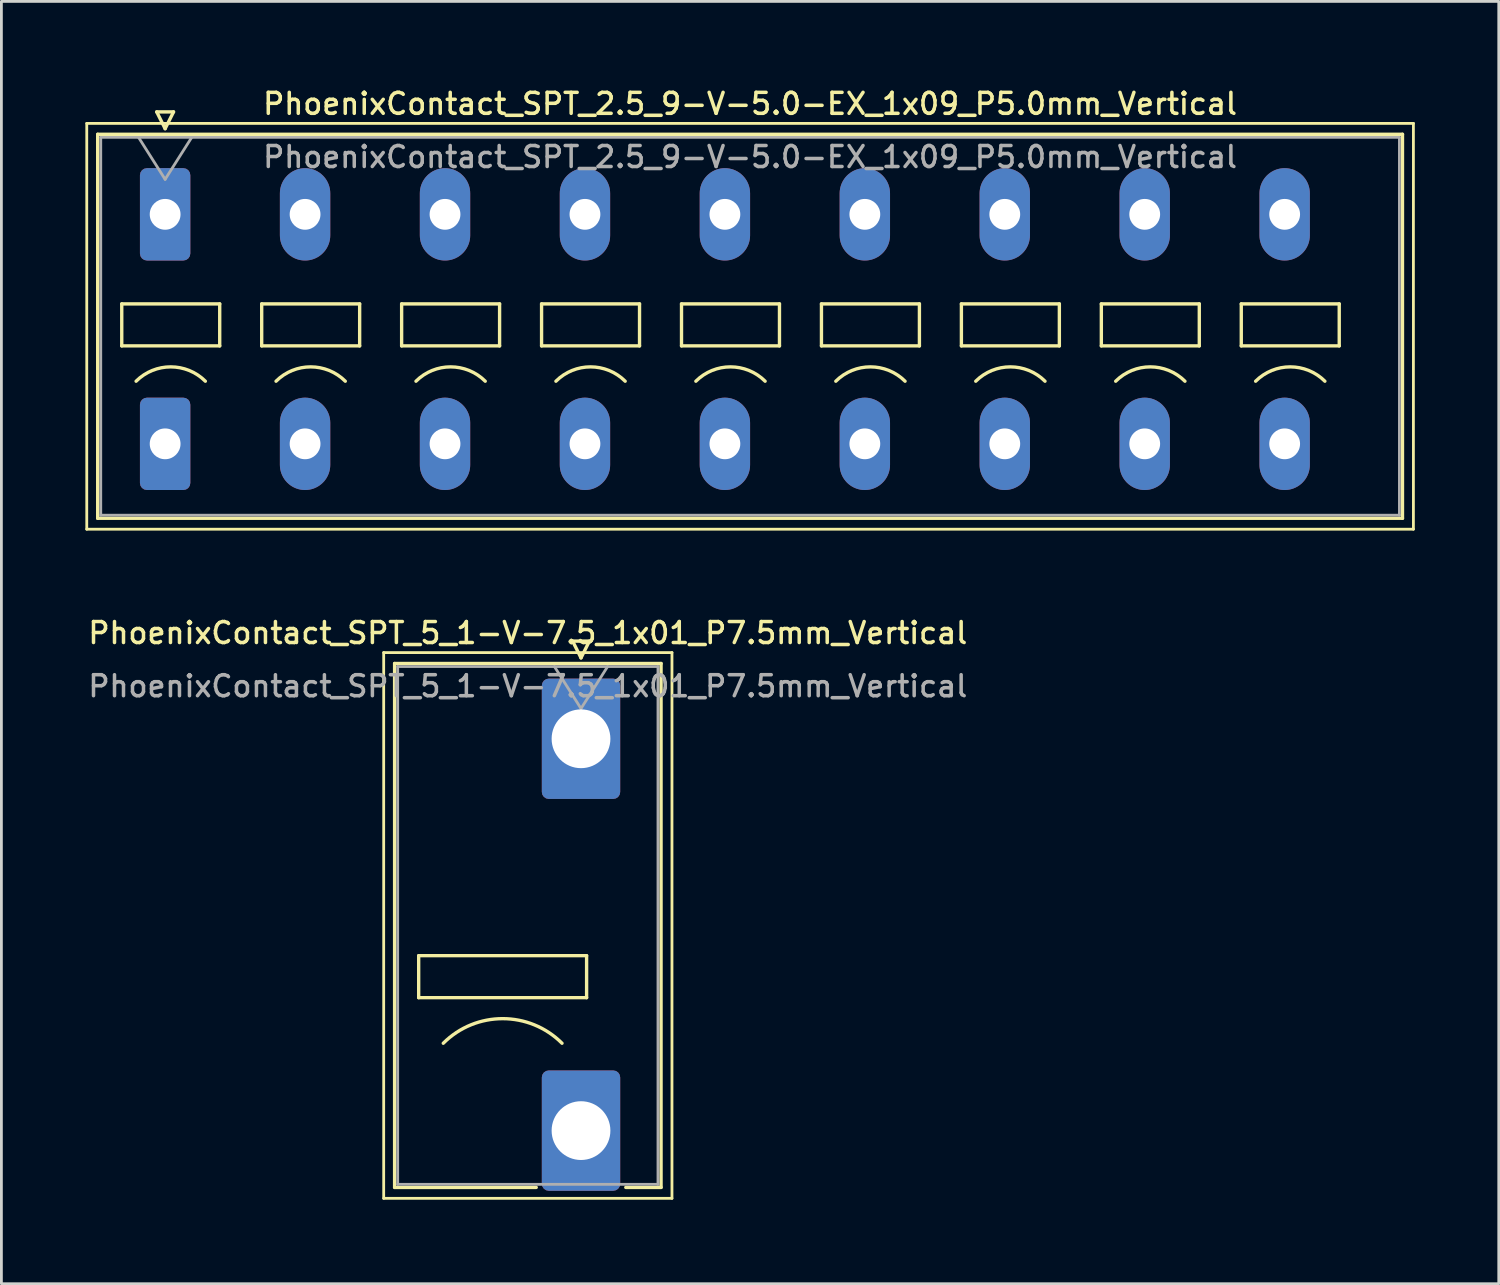
<source format=kicad_pcb>
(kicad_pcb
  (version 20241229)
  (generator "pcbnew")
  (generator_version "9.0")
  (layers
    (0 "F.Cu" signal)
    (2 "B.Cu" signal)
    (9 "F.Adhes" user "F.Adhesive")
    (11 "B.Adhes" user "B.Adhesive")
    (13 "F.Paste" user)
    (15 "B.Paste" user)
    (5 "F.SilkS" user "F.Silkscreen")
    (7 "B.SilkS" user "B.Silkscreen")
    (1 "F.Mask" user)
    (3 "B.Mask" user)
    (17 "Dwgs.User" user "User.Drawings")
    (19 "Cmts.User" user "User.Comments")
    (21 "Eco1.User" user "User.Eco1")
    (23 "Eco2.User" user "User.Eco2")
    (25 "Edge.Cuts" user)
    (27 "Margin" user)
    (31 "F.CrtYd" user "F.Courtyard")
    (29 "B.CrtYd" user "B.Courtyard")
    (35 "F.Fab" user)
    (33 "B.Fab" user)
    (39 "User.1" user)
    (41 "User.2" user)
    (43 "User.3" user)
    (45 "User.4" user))
  (footprint "PhoenixContact_SPT_2.5_9-V-5.0-EX_1x09_P5.0mm_Vertical"
    (layer "F.Cu")
    (at 2.85 4.608)
    (property "Reference" "PhoenixContact_SPT_2.5_9-V-5.0-EX_1x09_P5.0mm_Vertical" (at 20.9 -3.95 0) (layer "F.SilkS") (effects (font (size 0.75 0.75) (thickness 0.125))))
    (attr through_hole)
    (fp_line (start -2.8 -3.25) (end -2.8 11.25) (stroke (width 0.1) (type solid)) (layer "F.SilkS"))
    (fp_line (start -2.8 11.25) (end 44.6 11.25) (stroke (width 0.1) (type solid)) (layer "F.SilkS"))
    (fp_line (start -2.41 -2.86) (end 44.21 -2.86) (stroke (width 0.12) (type solid)) (layer "F.SilkS"))
    (fp_line (start -2.41 10.86) (end -2.41 -2.86) (stroke (width 0.12) (type solid)) (layer "F.SilkS"))
    (fp_line (start -1.55 3.2) (end -1.55 4.7) (stroke (width 0.12) (type solid)) (layer "F.SilkS"))
    (fp_line (start -1.55 4.7) (end 1.95 4.7) (stroke (width 0.12) (type solid)) (layer "F.SilkS"))
    (fp_line (start -0.3 -3.66) (end 0 -3.06) (stroke (width 0.12) (type solid)) (layer "F.SilkS"))
    (fp_line (start -0.3 -3.66) (end 0.3 -3.66) (stroke (width 0.12) (type solid)) (layer "F.SilkS"))
    (fp_line (start 0.3 -3.66) (end 0 -3.06) (stroke (width 0.12) (type solid)) (layer "F.SilkS"))
    (fp_line (start 1.95 3.2) (end -1.55 3.2) (stroke (width 0.12) (type solid)) (layer "F.SilkS"))
    (fp_line (start 1.95 4.7) (end 1.95 3.2) (stroke (width 0.12) (type solid)) (layer "F.SilkS"))
    (fp_line (start 3.45 3.2) (end 3.45 4.7) (stroke (width 0.12) (type solid)) (layer "F.SilkS"))
    (fp_line (start 3.45 4.7) (end 6.95 4.7) (stroke (width 0.12) (type solid)) (layer "F.SilkS"))
    (fp_line (start 6.95 3.2) (end 3.45 3.2) (stroke (width 0.12) (type solid)) (layer "F.SilkS"))
    (fp_line (start 6.95 4.7) (end 6.95 3.2) (stroke (width 0.12) (type solid)) (layer "F.SilkS"))
    (fp_line (start 8.45 3.2) (end 8.45 4.7) (stroke (width 0.12) (type solid)) (layer "F.SilkS"))
    (fp_line (start 8.45 4.7) (end 11.95 4.7) (stroke (width 0.12) (type solid)) (layer "F.SilkS"))
    (fp_line (start 11.95 3.2) (end 8.45 3.2) (stroke (width 0.12) (type solid)) (layer "F.SilkS"))
    (fp_line (start 11.95 4.7) (end 11.95 3.2) (stroke (width 0.12) (type solid)) (layer "F.SilkS"))
    (fp_line (start 13.45 3.2) (end 13.45 4.7) (stroke (width 0.12) (type solid)) (layer "F.SilkS"))
    (fp_line (start 13.45 4.7) (end 16.95 4.7) (stroke (width 0.12) (type solid)) (layer "F.SilkS"))
    (fp_line (start 16.95 3.2) (end 13.45 3.2) (stroke (width 0.12) (type solid)) (layer "F.SilkS"))
    (fp_line (start 16.95 4.7) (end 16.95 3.2) (stroke (width 0.12) (type solid)) (layer "F.SilkS"))
    (fp_line (start 18.45 3.2) (end 18.45 4.7) (stroke (width 0.12) (type solid)) (layer "F.SilkS"))
    (fp_line (start 18.45 4.7) (end 21.95 4.7) (stroke (width 0.12) (type solid)) (layer "F.SilkS"))
    (fp_line (start 21.95 3.2) (end 18.45 3.2) (stroke (width 0.12) (type solid)) (layer "F.SilkS"))
    (fp_line (start 21.95 4.7) (end 21.95 3.2) (stroke (width 0.12) (type solid)) (layer "F.SilkS"))
    (fp_line (start 23.45 3.2) (end 23.45 4.7) (stroke (width 0.12) (type solid)) (layer "F.SilkS"))
    (fp_line (start 23.45 4.7) (end 26.95 4.7) (stroke (width 0.12) (type solid)) (layer "F.SilkS"))
    (fp_line (start 26.95 3.2) (end 23.45 3.2) (stroke (width 0.12) (type solid)) (layer "F.SilkS"))
    (fp_line (start 26.95 4.7) (end 26.95 3.2) (stroke (width 0.12) (type solid)) (layer "F.SilkS"))
    (fp_line (start 28.45 3.2) (end 28.45 4.7) (stroke (width 0.12) (type solid)) (layer "F.SilkS"))
    (fp_line (start 28.45 4.7) (end 31.95 4.7) (stroke (width 0.12) (type solid)) (layer "F.SilkS"))
    (fp_line (start 31.95 3.2) (end 28.45 3.2) (stroke (width 0.12) (type solid)) (layer "F.SilkS"))
    (fp_line (start 31.95 4.7) (end 31.95 3.2) (stroke (width 0.12) (type solid)) (layer "F.SilkS"))
    (fp_line (start 33.45 3.2) (end 33.45 4.7) (stroke (width 0.12) (type solid)) (layer "F.SilkS"))
    (fp_line (start 33.45 4.7) (end 36.95 4.7) (stroke (width 0.12) (type solid)) (layer "F.SilkS"))
    (fp_line (start 36.95 3.2) (end 33.45 3.2) (stroke (width 0.12) (type solid)) (layer "F.SilkS"))
    (fp_line (start 36.95 4.7) (end 36.95 3.2) (stroke (width 0.12) (type solid)) (layer "F.SilkS"))
    (fp_line (start 38.45 3.2) (end 38.45 4.7) (stroke (width 0.12) (type solid)) (layer "F.SilkS"))
    (fp_line (start 38.45 4.7) (end 41.95 4.7) (stroke (width 0.12) (type solid)) (layer "F.SilkS"))
    (fp_line (start 41.95 3.2) (end 38.45 3.2) (stroke (width 0.12) (type solid)) (layer "F.SilkS"))
    (fp_line (start 41.95 4.7) (end 41.95 3.2) (stroke (width 0.12) (type solid)) (layer "F.SilkS"))
    (fp_line (start 44.21 -2.86) (end 44.21 10.86) (stroke (width 0.12) (type solid)) (layer "F.SilkS"))
    (fp_line (start 44.21 10.86) (end -2.41 10.86) (stroke (width 0.12) (type solid)) (layer "F.SilkS"))
    (fp_line (start 44.6 -3.25) (end -2.8 -3.25) (stroke (width 0.1) (type solid)) (layer "F.SilkS"))
    (fp_line (start 44.6 11.25) (end 44.6 -3.25) (stroke (width 0.1) (type solid)) (layer "F.SilkS"))
    (fp_arc (start -1.037437 5.962563) (mid 0.2 5.45) (end 1.437437 5.962563) (stroke (width 0.12) (type solid)) (layer "F.SilkS"))
    (fp_arc (start 3.962563 5.962563) (mid 5.2 5.45) (end 6.437437 5.962563) (stroke (width 0.12) (type solid)) (layer "F.SilkS"))
    (fp_arc (start 8.962563 5.962563) (mid 10.2 5.45) (end 11.437437 5.962563) (stroke (width 0.12) (type solid)) (layer "F.SilkS"))
    (fp_arc (start 13.962563 5.962563) (mid 15.2 5.45) (end 16.437437 5.962563) (stroke (width 0.12) (type solid)) (layer "F.SilkS"))
    (fp_arc (start 18.962563 5.962563) (mid 20.2 5.45) (end 21.437437 5.962563) (stroke (width 0.12) (type solid)) (layer "F.SilkS"))
    (fp_arc (start 23.962563 5.962563) (mid 25.2 5.45) (end 26.437437 5.962563) (stroke (width 0.12) (type solid)) (layer "F.SilkS"))
    (fp_arc (start 28.962563 5.962563) (mid 30.2 5.45) (end 31.437437 5.962563) (stroke (width 0.12) (type solid)) (layer "F.SilkS"))
    (fp_arc (start 33.962563 5.962563) (mid 35.2 5.45) (end 36.437437 5.962563) (stroke (width 0.12) (type solid)) (layer "F.SilkS"))
    (fp_arc (start 38.962563 5.962563) (mid 40.2 5.45) (end 41.437437 5.962563) (stroke (width 0.12) (type solid)) (layer "F.SilkS"))
    (fp_line (start -2.3 -2.75) (end -2.3 10.75) (stroke (width 0.1) (type solid)) (layer "F.Fab"))
    (fp_line (start -2.3 10.75) (end 44.1 10.75) (stroke (width 0.1) (type solid)) (layer "F.Fab"))
    (fp_line (start -0.95 -2.75) (end 0 -1.25) (stroke (width 0.1) (type solid)) (layer "F.Fab"))
    (fp_line (start 0.95 -2.75) (end 0 -1.25) (stroke (width 0.1) (type solid)) (layer "F.Fab"))
    (fp_line (start 44.1 -2.75) (end -2.3 -2.75) (stroke (width 0.1) (type solid)) (layer "F.Fab"))
    (fp_line (start 44.1 10.75) (end 44.1 -2.75) (stroke (width 0.1) (type solid)) (layer "F.Fab"))
    (fp_text user "${REFERENCE}" (at 20.9 -2.05 0) (layer "F.Fab") (effects (font (size 0.75 0.75) (thickness 0.125))))
    (pad "1" thru_hole roundrect (at 0 0) (size 1.8 3.3) (drill 1.1) (layers "*.Cu" "*.Mask") (roundrect_rratio 0.139))
    (pad "1" thru_hole roundrect (at 0 8.2) (size 1.8 3.3) (drill 1.1) (layers "*.Cu" "*.Mask") (roundrect_rratio 0.139))
    (pad "2" thru_hole oval (at 5 0) (size 1.8 3.3) (drill 1.1) (layers "*.Cu" "*.Mask"))
    (pad "2" thru_hole oval (at 5 8.2) (size 1.8 3.3) (drill 1.1) (layers "*.Cu" "*.Mask"))
    (pad "3" thru_hole oval (at 10 0) (size 1.8 3.3) (drill 1.1) (layers "*.Cu" "*.Mask"))
    (pad "3" thru_hole oval (at 10 8.2) (size 1.8 3.3) (drill 1.1) (layers "*.Cu" "*.Mask"))
    (pad "4" thru_hole oval (at 15 0) (size 1.8 3.3) (drill 1.1) (layers "*.Cu" "*.Mask"))
    (pad "4" thru_hole oval (at 15 8.2) (size 1.8 3.3) (drill 1.1) (layers "*.Cu" "*.Mask"))
    (pad "5" thru_hole oval (at 20 0) (size 1.8 3.3) (drill 1.1) (layers "*.Cu" "*.Mask"))
    (pad "5" thru_hole oval (at 20 8.2) (size 1.8 3.3) (drill 1.1) (layers "*.Cu" "*.Mask"))
    (pad "6" thru_hole oval (at 25 0) (size 1.8 3.3) (drill 1.1) (layers "*.Cu" "*.Mask"))
    (pad "6" thru_hole oval (at 25 8.2) (size 1.8 3.3) (drill 1.1) (layers "*.Cu" "*.Mask"))
    (pad "7" thru_hole oval (at 30 0) (size 1.8 3.3) (drill 1.1) (layers "*.Cu" "*.Mask"))
    (pad "7" thru_hole oval (at 30 8.2) (size 1.8 3.3) (drill 1.1) (layers "*.Cu" "*.Mask"))
    (pad "8" thru_hole oval (at 35 0) (size 1.8 3.3) (drill 1.1) (layers "*.Cu" "*.Mask"))
    (pad "8" thru_hole oval (at 35 8.2) (size 1.8 3.3) (drill 1.1) (layers "*.Cu" "*.Mask"))
    (pad "9" thru_hole oval (at 40 0) (size 1.8 3.3) (drill 1.1) (layers "*.Cu" "*.Mask"))
    (pad "9" thru_hole oval (at 40 8.2) (size 1.8 3.3) (drill 1.1) (layers "*.Cu" "*.Mask")))
  (footprint "PhoenixContact_SPT_5_1-V-7.5_1x01_P7.5mm_Vertical"
    (layer "F.Cu")
    (at 17.709 23.346)
    (property "Reference" "PhoenixContact_SPT_5_1-V-7.5_1x01_P7.5mm_Vertical" (at -1.9 -3.78 0) (layer "F.SilkS") (effects (font (size 0.75 0.75) (thickness 0.125))))
    (attr through_hole)
    (fp_line (start -7.05 -3.08) (end -7.05 16.42) (stroke (width 0.1) (type solid)) (layer "F.SilkS"))
    (fp_line (start -7.05 16.42) (end 3.25 16.42) (stroke (width 0.1) (type solid)) (layer "F.SilkS"))
    (fp_line (start -6.66 -2.69) (end 2.86 -2.69) (stroke (width 0.12) (type solid)) (layer "F.SilkS"))
    (fp_line (start -6.66 16.03) (end -6.66 -2.69) (stroke (width 0.12) (type solid)) (layer "F.SilkS"))
    (fp_line (start -6.66 16.03) (end -1.6 16.03) (stroke (width 0.12) (type solid)) (layer "F.SilkS"))
    (fp_line (start -5.8 7.75) (end -5.8 9.25) (stroke (width 0.12) (type solid)) (layer "F.SilkS"))
    (fp_line (start -5.8 9.25) (end 0.2 9.25) (stroke (width 0.12) (type solid)) (layer "F.SilkS"))
    (fp_line (start -0.3 -3.49) (end 0 -2.89) (stroke (width 0.12) (type solid)) (layer "F.SilkS"))
    (fp_line (start -0.3 -3.49) (end 0.3 -3.49) (stroke (width 0.12) (type solid)) (layer "F.SilkS"))
    (fp_line (start 0.2 7.75) (end -5.8 7.75) (stroke (width 0.12) (type solid)) (layer "F.SilkS"))
    (fp_line (start 0.2 9.25) (end 0.2 7.75) (stroke (width 0.12) (type solid)) (layer "F.SilkS"))
    (fp_line (start 0.3 -3.49) (end 0 -2.89) (stroke (width 0.12) (type solid)) (layer "F.SilkS"))
    (fp_line (start 1.6 16.03) (end 2.86 16.03) (stroke (width 0.12) (type solid)) (layer "F.SilkS"))
    (fp_line (start 2.86 -2.69) (end 2.86 16.03) (stroke (width 0.12) (type solid)) (layer "F.SilkS"))
    (fp_line (start 3.25 -3.08) (end -7.05 -3.08) (stroke (width 0.1) (type solid)) (layer "F.SilkS"))
    (fp_line (start 3.25 16.42) (end 3.25 -3.08) (stroke (width 0.1) (type solid)) (layer "F.SilkS"))
    (fp_arc (start -4.92132 10.87868) (mid -2.8 10) (end -0.67868 10.87868) (stroke (width 0.12) (type solid)) (layer "F.SilkS"))
    (fp_line (start -6.55 -2.58) (end -6.55 15.92) (stroke (width 0.1) (type solid)) (layer "F.Fab"))
    (fp_line (start -6.55 15.92) (end 2.75 15.92) (stroke (width 0.1) (type solid)) (layer "F.Fab"))
    (fp_line (start -0.95 -2.58) (end 0 -1.08) (stroke (width 0.1) (type solid)) (layer "F.Fab"))
    (fp_line (start 0.95 -2.58) (end 0 -1.08) (stroke (width 0.1) (type solid)) (layer "F.Fab"))
    (fp_line (start 2.75 -2.58) (end -6.55 -2.58) (stroke (width 0.1) (type solid)) (layer "F.Fab"))
    (fp_line (start 2.75 15.92) (end 2.75 -2.58) (stroke (width 0.1) (type solid)) (layer "F.Fab"))
    (fp_text user "${REFERENCE}" (at -1.9 -1.88 0) (layer "F.Fab") (effects (font (size 0.75 0.75) (thickness 0.125))))
    (pad "1" thru_hole roundrect (at 0 0) (size 2.8 4.3) (drill 2.1) (layers "*.Cu" "*.Mask") (roundrect_rratio 0.089))
    (pad "1" thru_hole roundrect (at 0 14) (size 2.8 4.3) (drill 2.1) (layers "*.Cu" "*.Mask") (roundrect_rratio 0.089)))
  (gr_rect
    (start -3 -3)
    (end 50.5 42.816)
    (stroke (width 0.1) (type default))
    (fill no)
    (layer "Edge.Cuts")))
</source>
